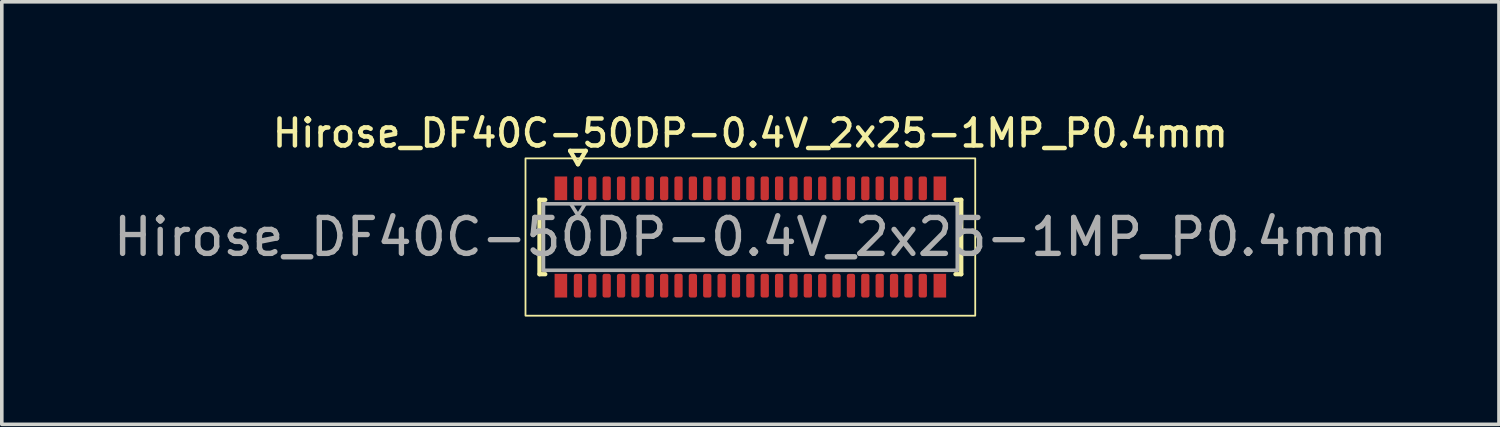
<source format=kicad_pcb>
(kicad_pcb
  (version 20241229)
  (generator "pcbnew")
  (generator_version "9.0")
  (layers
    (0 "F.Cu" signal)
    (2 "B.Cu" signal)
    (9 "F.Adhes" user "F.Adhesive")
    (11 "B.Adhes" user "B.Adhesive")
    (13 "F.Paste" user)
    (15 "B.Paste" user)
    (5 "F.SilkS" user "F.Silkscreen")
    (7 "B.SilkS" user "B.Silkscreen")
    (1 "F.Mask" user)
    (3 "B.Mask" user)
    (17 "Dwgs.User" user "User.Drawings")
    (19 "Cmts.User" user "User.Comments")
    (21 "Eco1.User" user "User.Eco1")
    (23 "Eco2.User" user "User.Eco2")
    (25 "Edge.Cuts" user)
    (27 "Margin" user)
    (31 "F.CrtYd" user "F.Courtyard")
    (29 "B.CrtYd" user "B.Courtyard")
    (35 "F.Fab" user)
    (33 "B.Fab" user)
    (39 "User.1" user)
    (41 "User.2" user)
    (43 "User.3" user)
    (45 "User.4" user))
  (footprint "Hirose_DF40C-50DP-0.4V_2x25-1MP_P0.4mm"
    (layer "F.Cu")
    (at 17.839 3.548)
    (property "Reference" "Hirose_DF40C-50DP-0.4V_2x25-1MP_P0.4mm" (at 0 -2.89 0) (layer "F.SilkS") (effects (font (size 0.75 0.75) (thickness 0.125))))
    (attr smd)
    (fp_line (start -5.87 -1.035) (end -5.71 -1.035) (stroke (width 0.12) (type solid)) (layer "F.SilkS"))
    (fp_line (start -5.87 1.035) (end -5.87 -1.035) (stroke (width 0.12) (type solid)) (layer "F.SilkS"))
    (fp_line (start -5.71 1.035) (end -5.87 1.035) (stroke (width 0.12) (type solid)) (layer "F.SilkS"))
    (fp_line (start -5.017 -2.4) (end -4.8 -2.025) (stroke (width 0.12) (type solid)) (layer "F.SilkS"))
    (fp_line (start -4.8 -2.025) (end -4.583 -2.4) (stroke (width 0.12) (type solid)) (layer "F.SilkS"))
    (fp_line (start -4.583 -2.4) (end -5.017 -2.4) (stroke (width 0.12) (type solid)) (layer "F.SilkS"))
    (fp_line (start 5.71 -1.035) (end 5.87 -1.035) (stroke (width 0.12) (type solid)) (layer "F.SilkS"))
    (fp_line (start 5.87 -1.035) (end 5.87 1.035) (stroke (width 0.12) (type solid)) (layer "F.SilkS"))
    (fp_line (start 5.87 1.035) (end 5.71 1.035) (stroke (width 0.12) (type solid)) (layer "F.SilkS"))
    (fp_rect (start -6.26 -2.19) (end 6.26 2.19) (stroke (width 0.05) (type solid)) (fill no) (layer "F.SilkS"))
    (fp_line (start -5.76 -0.925) (end 5.76 -0.925) (stroke (width 0.1) (type solid)) (layer "F.Fab"))
    (fp_line (start -5.76 0.925) (end -5.76 -0.925) (stroke (width 0.1) (type solid)) (layer "F.Fab"))
    (fp_line (start -5 -0.925) (end -4.8 -0.605) (stroke (width 0.1) (type solid)) (layer "F.Fab"))
    (fp_line (start -4.8 -0.605) (end -4.6 -0.925) (stroke (width 0.1) (type solid)) (layer "F.Fab"))
    (fp_line (start 5.76 -0.925) (end 5.76 0.925) (stroke (width 0.1) (type solid)) (layer "F.Fab"))
    (fp_line (start 5.76 0.925) (end -5.76 0.925) (stroke (width 0.1) (type solid)) (layer "F.Fab"))
    (fp_text user "${REFERENCE}" (at 0 0 0) (layer "F.Fab") (effects (font (size 1 1) (thickness 0.15))))
    (pad "1" smd roundrect (at -4.8 -1.355) (size 0.23 0.66) (layers "F.Cu" "F.Mask" "F.Paste") (roundrect_rratio 0.25))
    (pad "2" smd roundrect (at -4.8 1.355) (size 0.23 0.66) (layers "F.Cu" "F.Mask" "F.Paste") (roundrect_rratio 0.25))
    (pad "3" smd roundrect (at -4.4 -1.355) (size 0.23 0.66) (layers "F.Cu" "F.Mask" "F.Paste") (roundrect_rratio 0.25))
    (pad "4" smd roundrect (at -4.4 1.355) (size 0.23 0.66) (layers "F.Cu" "F.Mask" "F.Paste") (roundrect_rratio 0.25))
    (pad "5" smd roundrect (at -4 -1.355) (size 0.23 0.66) (layers "F.Cu" "F.Mask" "F.Paste") (roundrect_rratio 0.25))
    (pad "6" smd roundrect (at -4 1.355) (size 0.23 0.66) (layers "F.Cu" "F.Mask" "F.Paste") (roundrect_rratio 0.25))
    (pad "7" smd roundrect (at -3.6 -1.355) (size 0.23 0.66) (layers "F.Cu" "F.Mask" "F.Paste") (roundrect_rratio 0.25))
    (pad "8" smd roundrect (at -3.6 1.355) (size 0.23 0.66) (layers "F.Cu" "F.Mask" "F.Paste") (roundrect_rratio 0.25))
    (pad "9" smd roundrect (at -3.2 -1.355) (size 0.23 0.66) (layers "F.Cu" "F.Mask" "F.Paste") (roundrect_rratio 0.25))
    (pad "10" smd roundrect (at -3.2 1.355) (size 0.23 0.66) (layers "F.Cu" "F.Mask" "F.Paste") (roundrect_rratio 0.25))
    (pad "11" smd roundrect (at -2.8 -1.355) (size 0.23 0.66) (layers "F.Cu" "F.Mask" "F.Paste") (roundrect_rratio 0.25))
    (pad "12" smd roundrect (at -2.8 1.355) (size 0.23 0.66) (layers "F.Cu" "F.Mask" "F.Paste") (roundrect_rratio 0.25))
    (pad "13" smd roundrect (at -2.4 -1.355) (size 0.23 0.66) (layers "F.Cu" "F.Mask" "F.Paste") (roundrect_rratio 0.25))
    (pad "14" smd roundrect (at -2.4 1.355) (size 0.23 0.66) (layers "F.Cu" "F.Mask" "F.Paste") (roundrect_rratio 0.25))
    (pad "15" smd roundrect (at -2 -1.355) (size 0.23 0.66) (layers "F.Cu" "F.Mask" "F.Paste") (roundrect_rratio 0.25))
    (pad "16" smd roundrect (at -2 1.355) (size 0.23 0.66) (layers "F.Cu" "F.Mask" "F.Paste") (roundrect_rratio 0.25))
    (pad "17" smd roundrect (at -1.6 -1.355) (size 0.23 0.66) (layers "F.Cu" "F.Mask" "F.Paste") (roundrect_rratio 0.25))
    (pad "18" smd roundrect (at -1.6 1.355) (size 0.23 0.66) (layers "F.Cu" "F.Mask" "F.Paste") (roundrect_rratio 0.25))
    (pad "19" smd roundrect (at -1.2 -1.355) (size 0.23 0.66) (layers "F.Cu" "F.Mask" "F.Paste") (roundrect_rratio 0.25))
    (pad "20" smd roundrect (at -1.2 1.355) (size 0.23 0.66) (layers "F.Cu" "F.Mask" "F.Paste") (roundrect_rratio 0.25))
    (pad "21" smd roundrect (at -0.8 -1.355) (size 0.23 0.66) (layers "F.Cu" "F.Mask" "F.Paste") (roundrect_rratio 0.25))
    (pad "22" smd roundrect (at -0.8 1.355) (size 0.23 0.66) (layers "F.Cu" "F.Mask" "F.Paste") (roundrect_rratio 0.25))
    (pad "23" smd roundrect (at -0.4 -1.355) (size 0.23 0.66) (layers "F.Cu" "F.Mask" "F.Paste") (roundrect_rratio 0.25))
    (pad "24" smd roundrect (at -0.4 1.355) (size 0.23 0.66) (layers "F.Cu" "F.Mask" "F.Paste") (roundrect_rratio 0.25))
    (pad "25" smd roundrect (at 0 -1.355) (size 0.23 0.66) (layers "F.Cu" "F.Mask" "F.Paste") (roundrect_rratio 0.25))
    (pad "26" smd roundrect (at 0 1.355) (size 0.23 0.66) (layers "F.Cu" "F.Mask" "F.Paste") (roundrect_rratio 0.25))
    (pad "27" smd roundrect (at 0.4 -1.355) (size 0.23 0.66) (layers "F.Cu" "F.Mask" "F.Paste") (roundrect_rratio 0.25))
    (pad "28" smd roundrect (at 0.4 1.355) (size 0.23 0.66) (layers "F.Cu" "F.Mask" "F.Paste") (roundrect_rratio 0.25))
    (pad "29" smd roundrect (at 0.8 -1.355) (size 0.23 0.66) (layers "F.Cu" "F.Mask" "F.Paste") (roundrect_rratio 0.25))
    (pad "30" smd roundrect (at 0.8 1.355) (size 0.23 0.66) (layers "F.Cu" "F.Mask" "F.Paste") (roundrect_rratio 0.25))
    (pad "31" smd roundrect (at 1.2 -1.355) (size 0.23 0.66) (layers "F.Cu" "F.Mask" "F.Paste") (roundrect_rratio 0.25))
    (pad "32" smd roundrect (at 1.2 1.355) (size 0.23 0.66) (layers "F.Cu" "F.Mask" "F.Paste") (roundrect_rratio 0.25))
    (pad "33" smd roundrect (at 1.6 -1.355) (size 0.23 0.66) (layers "F.Cu" "F.Mask" "F.Paste") (roundrect_rratio 0.25))
    (pad "34" smd roundrect (at 1.6 1.355) (size 0.23 0.66) (layers "F.Cu" "F.Mask" "F.Paste") (roundrect_rratio 0.25))
    (pad "35" smd roundrect (at 2 -1.355) (size 0.23 0.66) (layers "F.Cu" "F.Mask" "F.Paste") (roundrect_rratio 0.25))
    (pad "36" smd roundrect (at 2 1.355) (size 0.23 0.66) (layers "F.Cu" "F.Mask" "F.Paste") (roundrect_rratio 0.25))
    (pad "37" smd roundrect (at 2.4 -1.355) (size 0.23 0.66) (layers "F.Cu" "F.Mask" "F.Paste") (roundrect_rratio 0.25))
    (pad "38" smd roundrect (at 2.4 1.355) (size 0.23 0.66) (layers "F.Cu" "F.Mask" "F.Paste") (roundrect_rratio 0.25))
    (pad "39" smd roundrect (at 2.8 -1.355) (size 0.23 0.66) (layers "F.Cu" "F.Mask" "F.Paste") (roundrect_rratio 0.25))
    (pad "40" smd roundrect (at 2.8 1.355) (size 0.23 0.66) (layers "F.Cu" "F.Mask" "F.Paste") (roundrect_rratio 0.25))
    (pad "41" smd roundrect (at 3.2 -1.355) (size 0.23 0.66) (layers "F.Cu" "F.Mask" "F.Paste") (roundrect_rratio 0.25))
    (pad "42" smd roundrect (at 3.2 1.355) (size 0.23 0.66) (layers "F.Cu" "F.Mask" "F.Paste") (roundrect_rratio 0.25))
    (pad "43" smd roundrect (at 3.6 -1.355) (size 0.23 0.66) (layers "F.Cu" "F.Mask" "F.Paste") (roundrect_rratio 0.25))
    (pad "44" smd roundrect (at 3.6 1.355) (size 0.23 0.66) (layers "F.Cu" "F.Mask" "F.Paste") (roundrect_rratio 0.25))
    (pad "45" smd roundrect (at 4 -1.355) (size 0.23 0.66) (layers "F.Cu" "F.Mask" "F.Paste") (roundrect_rratio 0.25))
    (pad "46" smd roundrect (at 4 1.355) (size 0.23 0.66) (layers "F.Cu" "F.Mask" "F.Paste") (roundrect_rratio 0.25))
    (pad "47" smd roundrect (at 4.4 -1.355) (size 0.23 0.66) (layers "F.Cu" "F.Mask" "F.Paste") (roundrect_rratio 0.25))
    (pad "48" smd roundrect (at 4.4 1.355) (size 0.23 0.66) (layers "F.Cu" "F.Mask" "F.Paste") (roundrect_rratio 0.25))
    (pad "49" smd roundrect (at 4.8 -1.355) (size 0.23 0.66) (layers "F.Cu" "F.Mask" "F.Paste") (roundrect_rratio 0.25))
    (pad "50" smd roundrect (at 4.8 1.355) (size 0.23 0.66) (layers "F.Cu" "F.Mask" "F.Paste") (roundrect_rratio 0.25))
    (pad "MP" smd rect (at -5.275 -1.355) (size 0.35 0.66) (layers "F.Cu" "F.Mask" "F.Paste"))
    (pad "MP" smd rect (at -5.275 1.355) (size 0.35 0.66) (layers "F.Cu" "F.Mask" "F.Paste"))
    (pad "MP" smd rect (at 5.275 -1.355) (size 0.35 0.66) (layers "F.Cu" "F.Mask" "F.Paste"))
    (pad "MP" smd rect (at 5.275 1.355) (size 0.35 0.66) (layers "F.Cu" "F.Mask" "F.Paste")))
  (gr_rect
    (start -3 -3)
    (end 38.679 8.763)
    (stroke (width 0.1) (type default))
    (fill no)
    (layer "Edge.Cuts")))
</source>
